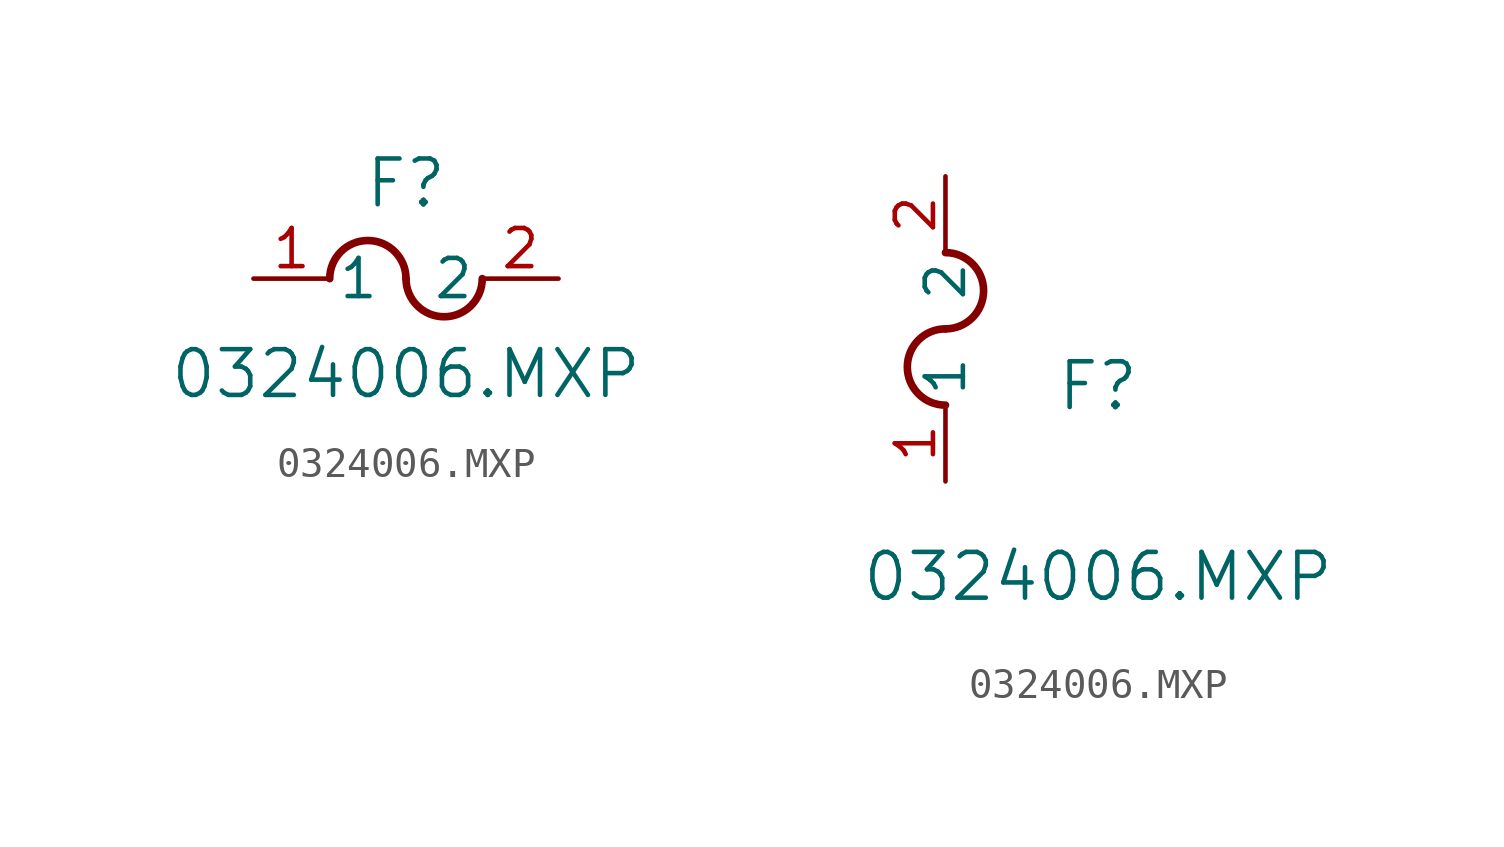
<source format=kicad_sym>
(kicad_symbol_lib
  (version 20211014)
  (generator kicad_symbol_editor)
  (symbol "0324006.MXP"
    (pin_names
      (offset 0.254))
    (property "Reference" "F"
      (at 5.08 3.175 0)
      (effects (font (size 1.524 1.524))))
    (property "Value" "0324006.MXP"
      (at 5.08 -3.175 0)
      (effects (font (size 1.524 1.524))))
    (symbol "0324006.MXP_1_1"
      (arc (start 5.08 0) (mid 3.81 1.27) (end 2.54 0) (stroke (width 0.254) (type default) (color 0 0 0 0)) (fill (type none)))
      (arc (start 5.08 0) (mid 6.35 -1.27) (end 7.62 0) (stroke (width 0.254) (type default) (color 0 0 0 0)) (fill (type none)))
      (pin unspecified line (at 0 0 0) (length 2.54) (name "1" (effects (font (size 1.27 1.27)))) (number "1" (effects (font (size 1.27 1.27)))))
      (pin unspecified line (at 10.16 0 180) (length 2.54) (name "2" (effects (font (size 1.27 1.27)))) (number "2" (effects (font (size 1.27 1.27))))))
    (symbol "0324006.MXP_1_2"
      (arc (start 0 5.08) (mid -1.27 3.81) (end 0 2.54) (stroke (width 0.254) (type default) (color 0 0 0 0)) (fill (type none)))
      (arc (start 0 5.08) (mid 1.27 6.35) (end 0 7.62) (stroke (width 0.254) (type default) (color 0 0 0 0)) (fill (type none)))
      (pin unspecified line (at 0 0 90) (length 2.54) (name "1" (effects (font (size 1.27 1.27)))) (number "1" (effects (font (size 1.27 1.27)))))
      (pin unspecified line (at 0 10.16 270) (length 2.54) (name "2" (effects (font (size 1.27 1.27)))) (number "2" (effects (font (size 1.27 1.27))))))))
</source>
